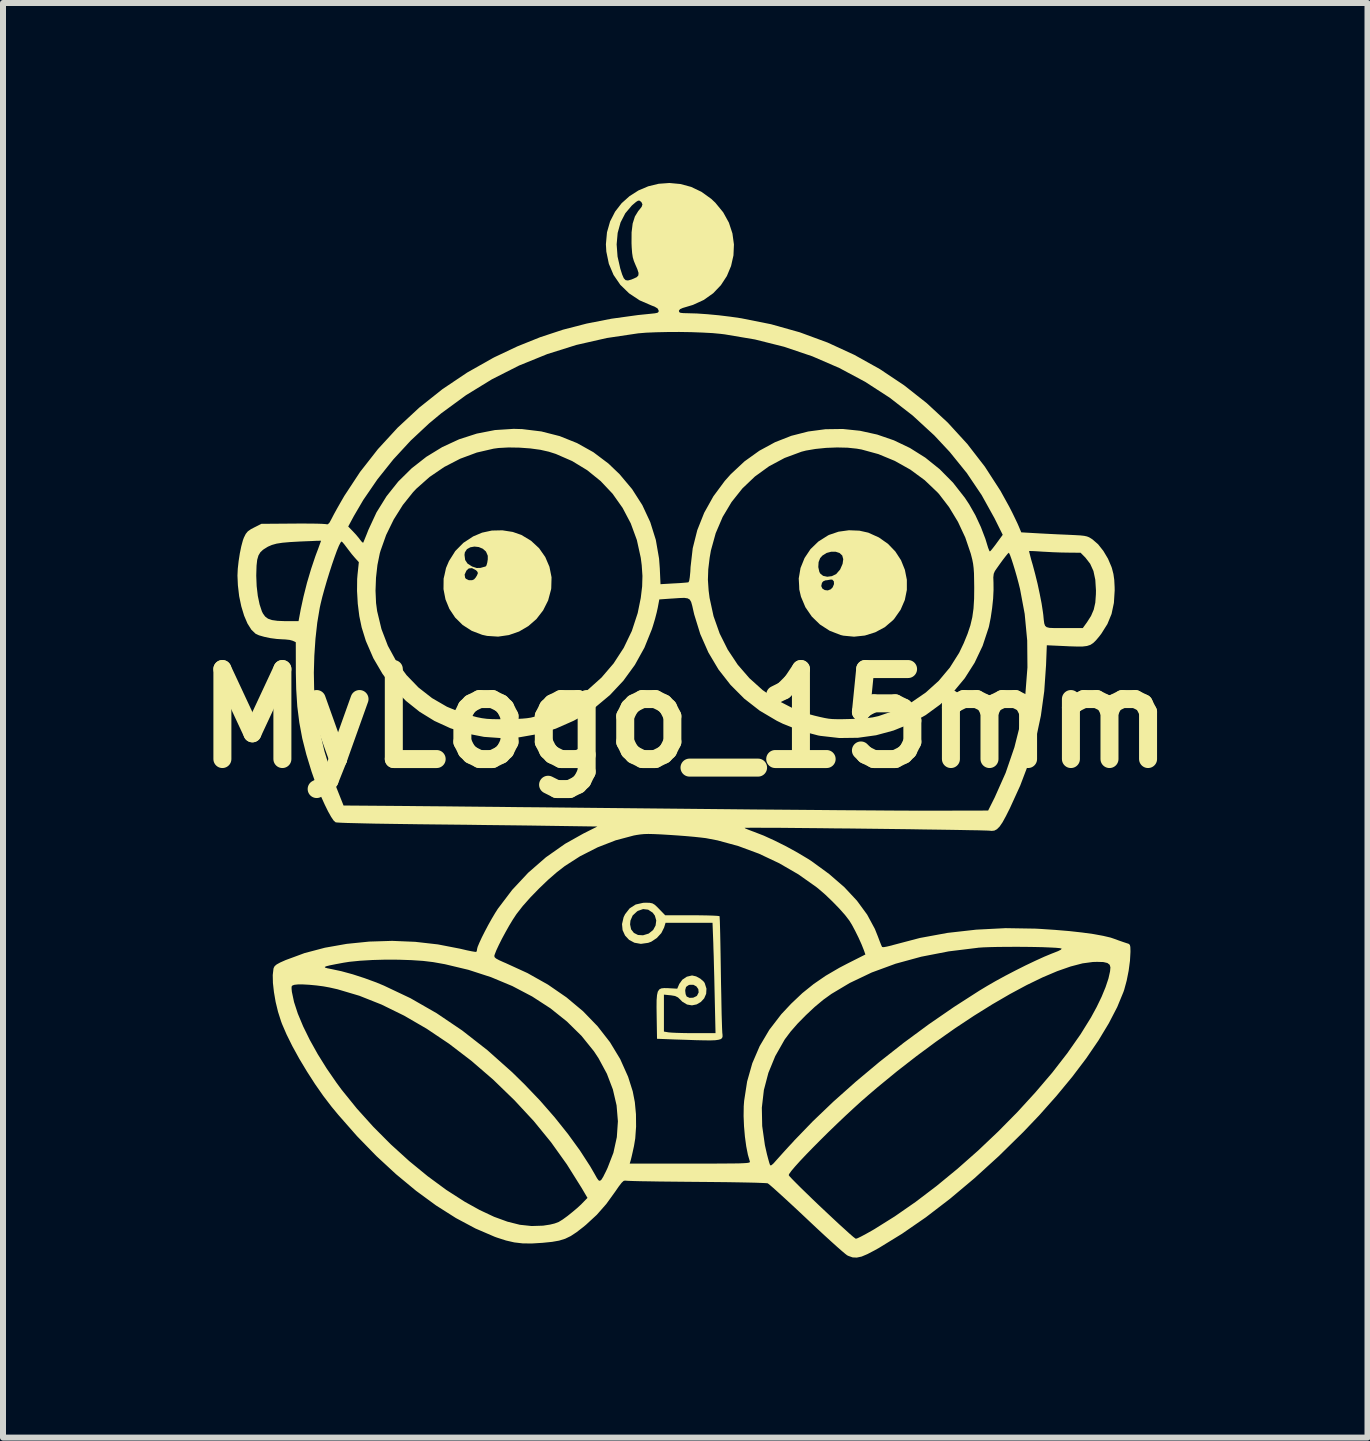
<source format=kicad_pcb>
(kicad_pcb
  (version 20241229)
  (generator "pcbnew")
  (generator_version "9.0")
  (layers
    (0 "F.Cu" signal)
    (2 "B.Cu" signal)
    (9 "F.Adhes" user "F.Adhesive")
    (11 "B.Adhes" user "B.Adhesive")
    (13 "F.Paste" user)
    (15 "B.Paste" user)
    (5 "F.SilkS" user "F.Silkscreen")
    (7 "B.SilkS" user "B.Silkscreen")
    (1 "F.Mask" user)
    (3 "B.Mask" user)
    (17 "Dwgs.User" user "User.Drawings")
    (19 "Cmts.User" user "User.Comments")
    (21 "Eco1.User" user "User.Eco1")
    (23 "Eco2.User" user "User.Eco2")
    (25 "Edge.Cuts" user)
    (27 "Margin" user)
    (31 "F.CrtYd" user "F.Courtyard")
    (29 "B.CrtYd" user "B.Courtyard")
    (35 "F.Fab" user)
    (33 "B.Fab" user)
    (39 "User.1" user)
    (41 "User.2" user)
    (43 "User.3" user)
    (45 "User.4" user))
  (footprint "MyLogo_15mm"
    (layer "F.Cu")
    (at 8.371 8.923)
    (property "Reference" "MyLogo_15mm" (at 0 0 0) (layer "F.SilkS") (effects (font (size 1.5 1.5) (thickness 0.3))))
    (attr board_only exclude_from_pos_files exclude_from_bom)
    (fp_poly (pts (xy 2.903 -3.128) (xy 3.051 -3.095) (xy 3.228 -3.015) (xy 3.379 -2.909) (xy 3.502 -2.781) (xy 3.597 -2.635) (xy 3.661 -2.476) (xy 3.694 -2.31) (xy 3.694 -2.14) (xy 3.66 -1.972) (xy 3.59 -1.81) (xy 3.484 -1.659) (xy 3.462 -1.635) (xy 3.326 -1.519) (xy 3.167 -1.434) (xy 2.994 -1.38) (xy 2.814 -1.361) (xy 2.636 -1.378) (xy 2.59 -1.389) (xy 2.407 -1.46) (xy 2.246 -1.564) (xy 2.11 -1.696) (xy 2.003 -1.852) (xy 1.929 -2.028) (xy 1.901 -2.148) (xy 1.899 -2.205) (xy 2.267 -2.205) (xy 2.286 -2.163) (xy 2.326 -2.138) (xy 2.376 -2.132) (xy 2.426 -2.151) (xy 2.458 -2.184) (xy 2.48 -2.238) (xy 2.477 -2.284) (xy 2.451 -2.312) (xy 2.418 -2.312) (xy 2.364 -2.302) (xy 2.337 -2.3) (xy 2.299 -2.283) (xy 2.279 -2.258) (xy 2.267 -2.205) (xy 1.899 -2.205) (xy 1.892 -2.331) (xy 1.922 -2.507) (xy 1.928 -2.521) (xy 2.218 -2.521) (xy 2.235 -2.443) (xy 2.25 -2.414) (xy 2.298 -2.375) (xy 2.367 -2.36) (xy 2.444 -2.37) (xy 2.515 -2.404) (xy 2.519 -2.408) (xy 2.582 -2.481) (xy 2.623 -2.575) (xy 2.634 -2.653) (xy 2.617 -2.714) (xy 2.572 -2.756) (xy 2.507 -2.777) (xy 2.433 -2.777) (xy 2.357 -2.757) (xy 2.288 -2.714) (xy 2.249 -2.671) (xy 2.223 -2.604) (xy 2.218 -2.521) (xy 1.928 -2.521) (xy 1.989 -2.672) (xy 2.088 -2.82) (xy 2.219 -2.947) (xy 2.377 -3.047) (xy 2.396 -3.057) (xy 2.555 -3.111) (xy 2.729 -3.135)) (stroke (width 0) (type solid)) (fill yes) (layer "F.SilkS"))
    (fp_poly (pts (xy -2.875 -3.107) (xy -2.731 -3.057) (xy -2.57 -2.96) (xy -2.436 -2.836) (xy -2.333 -2.689) (xy -2.263 -2.526) (xy -2.228 -2.351) (xy -2.233 -2.169) (xy -2.236 -2.148) (xy -2.285 -1.965) (xy -2.368 -1.8) (xy -2.479 -1.656) (xy -2.614 -1.538) (xy -2.769 -1.447) (xy -2.939 -1.388) (xy -3.118 -1.362) (xy -3.302 -1.374) (xy -3.384 -1.392) (xy -3.559 -1.459) (xy -3.71 -1.556) (xy -3.835 -1.68) (xy -3.931 -1.824) (xy -3.996 -1.983) (xy -4.029 -2.153) (xy -4.027 -2.329) (xy -4.011 -2.396) (xy -3.677 -2.396) (xy -3.668 -2.342) (xy -3.654 -2.325) (xy -3.608 -2.303) (xy -3.551 -2.303) (xy -3.52 -2.316) (xy -3.494 -2.345) (xy -3.471 -2.382) (xy -3.455 -2.422) (xy -3.469 -2.451) (xy -3.491 -2.471) (xy -3.554 -2.504) (xy -3.609 -2.498) (xy -3.647 -2.462) (xy -3.677 -2.396) (xy -4.011 -2.396) (xy -3.987 -2.506) (xy -3.938 -2.621) (xy -3.873 -2.724) (xy -3.679 -2.724) (xy -3.668 -2.639) (xy -3.628 -2.579) (xy -3.554 -2.532) (xy -3.55 -2.53) (xy -3.477 -2.506) (xy -3.416 -2.507) (xy -3.4 -2.511) (xy -3.354 -2.524) (xy -3.329 -2.53) (xy -3.329 -2.53) (xy -3.313 -2.548) (xy -3.3 -2.593) (xy -3.291 -2.649) (xy -3.291 -2.702) (xy -3.292 -2.713) (xy -3.321 -2.78) (xy -3.374 -2.827) (xy -3.441 -2.855) (xy -3.513 -2.863) (xy -3.582 -2.851) (xy -3.638 -2.82) (xy -3.673 -2.767) (xy -3.679 -2.724) (xy -3.873 -2.724) (xy -3.833 -2.788) (xy -3.698 -2.925) (xy -3.535 -3.032) (xy -3.386 -3.095) (xy -3.223 -3.13) (xy -3.048 -3.134)) (stroke (width 0) (type solid)) (fill yes) (layer "F.SilkS"))
    (fp_poly (pts (xy -0.592 3.075) (xy -0.547 3.084) (xy -0.508 3.107) (xy -0.461 3.151) (xy -0.435 3.178) (xy -0.334 3.282) (xy 0.114 3.282) (xy 0.246 3.283) (xy 0.364 3.285) (xy 0.461 3.288) (xy 0.531 3.292) (xy 0.568 3.296) (xy 0.572 3.298) (xy 0.574 3.321) (xy 0.577 3.382) (xy 0.58 3.477) (xy 0.583 3.6) (xy 0.586 3.747) (xy 0.589 3.915) (xy 0.592 4.099) (xy 0.594 4.233) (xy 0.597 4.429) (xy 0.601 4.614) (xy 0.604 4.785) (xy 0.607 4.935) (xy 0.611 5.061) (xy 0.614 5.158) (xy 0.617 5.221) (xy 0.618 5.241) (xy 0.622 5.277) (xy 0.622 5.306) (xy 0.614 5.328) (xy 0.594 5.346) (xy 0.557 5.357) (xy 0.502 5.365) (xy 0.422 5.368) (xy 0.316 5.367) (xy 0.178 5.364) (xy 0.006 5.358) (xy -0.157 5.353) (xy -0.47 5.341) (xy -0.476 4.967) (xy -0.478 4.814) (xy -0.477 4.697) (xy -0.47 4.612) (xy -0.457 4.555) (xy -0.448 4.542) (xy 0 4.542) (xy 0.007 4.598) (xy 0.024 4.636) (xy 0.025 4.637) (xy 0.073 4.659) (xy 0.134 4.656) (xy 0.188 4.63) (xy 0.197 4.622) (xy 0.224 4.568) (xy 0.218 4.513) (xy 0.186 4.468) (xy 0.136 4.441) (xy 0.075 4.441) (xy 0.054 4.448) (xy 0.014 4.477) (xy 0.001 4.524) (xy 0 4.542) (xy -0.448 4.542) (xy -0.433 4.519) (xy -0.399 4.501) (xy -0.351 4.496) (xy -0.287 4.497) (xy -0.274 4.498) (xy -0.133 4.506) (xy -0.099 4.427) (xy -0.049 4.357) (xy 0.027 4.306) (xy 0.112 4.286) (xy 0.116 4.286) (xy 0.182 4.301) (xy 0.252 4.339) (xy 0.309 4.389) (xy 0.325 4.413) (xy 0.354 4.505) (xy 0.349 4.591) (xy 0.316 4.667) (xy 0.261 4.727) (xy 0.191 4.768) (xy 0.112 4.784) (xy 0.03 4.77) (xy -0.047 4.724) (xy -0.073 4.698) (xy -0.12 4.652) (xy -0.169 4.628) (xy -0.24 4.616) (xy -0.246 4.616) (xy -0.355 4.605) (xy -0.355 4.913) (xy -0.355 5.221) (xy -0.277 5.234) (xy -0.23 5.238) (xy -0.15 5.242) (xy -0.046 5.245) (xy 0.073 5.247) (xy 0.153 5.247) (xy 0.505 5.247) (xy 0.492 4.667) (xy 0.488 4.492) (xy 0.484 4.311) (xy 0.479 4.132) (xy 0.475 3.967) (xy 0.47 3.827) (xy 0.468 3.747) (xy 0.455 3.408) (xy 0.064 3.408) (xy -0.328 3.408) (xy -0.352 3.487) (xy -0.398 3.579) (xy -0.474 3.662) (xy -0.566 3.723) (xy -0.618 3.742) (xy -0.739 3.759) (xy -0.847 3.74) (xy -0.936 3.692) (xy -1.003 3.62) (xy -1.044 3.53) (xy -1.053 3.435) (xy -0.919 3.435) (xy -0.902 3.517) (xy -0.856 3.576) (xy -0.787 3.611) (xy -0.703 3.616) (xy -0.611 3.588) (xy -0.606 3.585) (xy -0.535 3.528) (xy -0.494 3.453) (xy -0.483 3.369) (xy -0.506 3.288) (xy -0.542 3.239) (xy -0.618 3.189) (xy -0.702 3.179) (xy -0.789 3.209) (xy -0.803 3.218) (xy -0.876 3.286) (xy -0.913 3.371) (xy -0.919 3.435) (xy -1.053 3.435) (xy -1.053 3.427) (xy -1.027 3.315) (xy -1.002 3.264) (xy -0.926 3.167) (xy -0.826 3.103) (xy -0.702 3.075) (xy -0.658 3.073)) (stroke (width 0) (type solid)) (fill yes) (layer "F.SilkS"))
    (fp_poly (pts (xy -0.081 -8.906) (xy 0.098 -8.858) (xy 0.27 -8.776) (xy 0.433 -8.659) (xy 0.502 -8.594) (xy 0.633 -8.434) (xy 0.728 -8.262) (xy 0.787 -8.082) (xy 0.812 -7.898) (xy 0.804 -7.716) (xy 0.764 -7.539) (xy 0.694 -7.372) (xy 0.594 -7.219) (xy 0.466 -7.085) (xy 0.31 -6.974) (xy 0.129 -6.891) (xy 0.039 -6.864) (xy -0.041 -6.84) (xy -0.086 -6.82) (xy -0.104 -6.797) (xy -0.105 -6.79) (xy -0.099 -6.77) (xy -0.078 -6.759) (xy -0.032 -6.754) (xy 0.047 -6.752) (xy 0.193 -6.748) (xy 0.367 -6.736) (xy 0.559 -6.718) (xy 0.757 -6.694) (xy 0.935 -6.668) (xy 1.43 -6.569) (xy 1.91 -6.434) (xy 2.374 -6.263) (xy 2.819 -6.058) (xy 3.244 -5.821) (xy 3.647 -5.552) (xy 4.025 -5.254) (xy 4.377 -4.928) (xy 4.701 -4.574) (xy 4.994 -4.195) (xy 5.254 -3.793) (xy 5.402 -3.525) (xy 5.452 -3.427) (xy 5.499 -3.33) (xy 5.538 -3.248) (xy 5.556 -3.207) (xy 5.601 -3.1) (xy 5.827 -3.087) (xy 5.934 -3.081) (xy 6.067 -3.074) (xy 6.211 -3.067) (xy 6.349 -3.061) (xy 6.373 -3.06) (xy 6.496 -3.054) (xy 6.585 -3.049) (xy 6.649 -3.042) (xy 6.695 -3.032) (xy 6.731 -3.018) (xy 6.766 -2.997) (xy 6.79 -2.981) (xy 6.882 -2.901) (xy 6.969 -2.791) (xy 7.046 -2.662) (xy 7.104 -2.526) (xy 7.112 -2.503) (xy 7.137 -2.406) (xy 7.151 -2.308) (xy 7.157 -2.191) (xy 7.158 -2.132) (xy 7.145 -1.924) (xy 7.106 -1.74) (xy 7.037 -1.572) (xy 6.935 -1.41) (xy 6.899 -1.363) (xy 6.847 -1.301) (xy 6.801 -1.256) (xy 6.754 -1.225) (xy 6.696 -1.206) (xy 6.622 -1.197) (xy 6.523 -1.197) (xy 6.391 -1.201) (xy 6.356 -1.203) (xy 6.027 -1.218) (xy 6.014 -0.886) (xy 5.984 -0.452) (xy 5.928 -0.044) (xy 5.844 0.349) (xy 5.73 0.735) (xy 5.583 1.122) (xy 5.411 1.499) (xy 5.343 1.634) (xy 5.288 1.734) (xy 5.24 1.804) (xy 5.196 1.848) (xy 5.153 1.871) (xy 5.107 1.876) (xy 5.077 1.873) (xy 5.046 1.871) (xy 4.978 1.869) (xy 4.876 1.866) (xy 4.742 1.864) (xy 4.582 1.861) (xy 4.398 1.858) (xy 4.194 1.855) (xy 3.973 1.852) (xy 3.739 1.848) (xy 3.495 1.845) (xy 3.245 1.842) (xy 2.991 1.839) (xy 2.739 1.836) (xy 2.49 1.834) (xy 2.249 1.831) (xy 2.019 1.829) (xy 1.803 1.827) (xy 1.605 1.825) (xy 1.429 1.824) (xy 1.278 1.824) (xy 1.155 1.823) (xy 1.063 1.824) (xy 1.007 1.824) (xy 0.99 1.825) (xy 1.004 1.836) (xy 1.049 1.855) (xy 1.117 1.881) (xy 1.144 1.891) (xy 1.307 1.954) (xy 1.491 2.038) (xy 1.683 2.134) (xy 1.872 2.238) (xy 2.046 2.342) (xy 2.105 2.38) (xy 2.398 2.594) (xy 2.651 2.813) (xy 2.862 3.039) (xy 3.032 3.271) (xy 3.161 3.51) (xy 3.211 3.635) (xy 3.24 3.712) (xy 3.264 3.773) (xy 3.28 3.808) (xy 3.283 3.811) (xy 3.308 3.814) (xy 3.363 3.804) (xy 3.438 3.786) (xy 3.473 3.776) (xy 3.91 3.661) (xy 4.372 3.576) (xy 4.851 3.522) (xy 5.34 3.497) (xy 5.833 3.505) (xy 5.91 3.509) (xy 6.165 3.526) (xy 6.403 3.546) (xy 6.618 3.57) (xy 6.807 3.596) (xy 6.965 3.625) (xy 7.089 3.654) (xy 7.145 3.673) (xy 7.227 3.703) (xy 7.302 3.729) (xy 7.353 3.746) (xy 7.391 3.758) (xy 7.411 3.776) (xy 7.419 3.81) (xy 7.421 3.872) (xy 7.421 3.895) (xy 7.413 4.04) (xy 7.391 4.206) (xy 7.358 4.372) (xy 7.317 4.523) (xy 7.304 4.561) (xy 7.2 4.813) (xy 7.06 5.083) (xy 6.888 5.368) (xy 6.684 5.667) (xy 6.45 5.976) (xy 6.188 6.293) (xy 5.901 6.616) (xy 5.634 6.896) (xy 5.227 7.296) (xy 4.819 7.667) (xy 4.413 8.008) (xy 4.01 8.317) (xy 3.615 8.59) (xy 3.229 8.827) (xy 3.159 8.866) (xy 3.037 8.93) (xy 2.94 8.971) (xy 2.86 8.988) (xy 2.79 8.985) (xy 2.722 8.961) (xy 2.699 8.95) (xy 2.669 8.927) (xy 2.612 8.879) (xy 2.532 8.809) (xy 2.433 8.72) (xy 2.319 8.616) (xy 2.193 8.499) (xy 2.059 8.373) (xy 2.023 8.339) (xy 1.889 8.213) (xy 1.763 8.096) (xy 1.648 7.99) (xy 1.549 7.9) (xy 1.469 7.828) (xy 1.411 7.778) (xy 1.378 7.752) (xy 1.374 7.75) (xy 1.345 7.747) (xy 1.279 7.744) (xy 1.179 7.74) (xy 1.049 7.737) (xy 0.893 7.734) (xy 0.714 7.731) (xy 0.518 7.729) (xy 0.308 7.727) (xy 0.179 7.726) (xy -0.037 7.724) (xy -0.241 7.722) (xy -0.429 7.72) (xy -0.598 7.717) (xy -0.742 7.715) (xy -0.859 7.712) (xy -0.944 7.709) (xy -0.993 7.706) (xy -1.004 7.705) (xy -1.027 7.71) (xy -1.06 7.741) (xy -1.107 7.802) (xy -1.165 7.886) (xy -1.315 8.094) (xy -1.474 8.275) (xy -1.654 8.441) (xy -1.7 8.479) (xy -1.811 8.565) (xy -1.908 8.629) (xy -2.001 8.674) (xy -2.101 8.705) (xy -2.22 8.726) (xy -2.369 8.741) (xy -2.38 8.742) (xy -2.559 8.753) (xy -2.711 8.751) (xy -2.849 8.735) (xy -2.988 8.703) (xy -3.14 8.654) (xy -3.178 8.64) (xy -3.496 8.503) (xy -3.822 8.329) (xy -4.153 8.119) (xy -4.486 7.875) (xy -4.819 7.599) (xy -5.148 7.295) (xy -5.47 6.964) (xy -5.783 6.608) (xy -5.894 6.474) (xy -6.031 6.295) (xy -6.17 6.096) (xy -6.305 5.886) (xy -6.433 5.673) (xy -6.548 5.464) (xy -6.645 5.268) (xy -6.721 5.092) (xy -6.737 5.048) (xy -6.787 4.891) (xy -6.827 4.726) (xy -6.855 4.563) (xy -6.861 4.51) (xy -6.561 4.51) (xy -6.556 4.559) (xy -6.52 4.729) (xy -6.457 4.922) (xy -6.368 5.135) (xy -6.257 5.361) (xy -6.126 5.596) (xy -5.977 5.835) (xy -5.813 6.073) (xy -5.726 6.191) (xy -5.473 6.504) (xy -5.198 6.809) (xy -4.906 7.102) (xy -4.602 7.378) (xy -4.292 7.632) (xy -3.982 7.86) (xy -3.675 8.057) (xy -3.428 8.194) (xy -3.186 8.308) (xy -2.964 8.389) (xy -2.757 8.441) (xy -2.561 8.462) (xy -2.37 8.456) (xy -2.253 8.438) (xy -2.175 8.419) (xy -2.109 8.394) (xy -2.042 8.353) (xy -1.961 8.294) (xy -1.879 8.228) (xy -1.797 8.159) (xy -1.731 8.098) (xy -1.719 8.085) (xy -1.629 7.993) (xy -1.726 7.828) (xy -1.973 7.434) (xy -2.236 7.066) (xy -2.524 6.713) (xy -2.846 6.366) (xy -2.85 6.362) (xy -3.203 6.02) (xy -3.566 5.707) (xy -3.936 5.424) (xy -4.31 5.173) (xy -4.686 4.955) (xy -5.061 4.771) (xy -5.431 4.624) (xy -5.795 4.516) (xy -5.928 4.486) (xy -6.032 4.467) (xy -6.147 4.452) (xy -6.263 4.441) (xy -6.369 4.435) (xy -6.456 4.435) (xy -6.512 4.441) (xy -6.512 4.441) (xy -6.546 4.452) (xy -6.561 4.471) (xy -6.561 4.51) (xy -6.861 4.51) (xy -6.872 4.411) (xy -6.875 4.279) (xy -6.863 4.174) (xy -6.859 4.16) (xy -6.85 4.144) (xy -6.008 4.144) (xy -6.003 4.154) (xy -5.968 4.165) (xy -5.908 4.177) (xy -5.893 4.18) (xy -5.73 4.215) (xy -5.543 4.266) (xy -5.346 4.33) (xy -5.149 4.402) (xy -5.024 4.454) (xy -4.579 4.665) (xy -4.143 4.915) (xy -3.717 5.203) (xy -3.297 5.531) (xy -2.884 5.899) (xy -2.676 6.103) (xy -2.42 6.371) (xy -2.178 6.648) (xy -1.955 6.927) (xy -1.756 7.201) (xy -1.585 7.465) (xy -1.504 7.605) (xy -1.471 7.664) (xy -1.445 7.7) (xy -1.422 7.709) (xy -1.397 7.69) (xy -1.365 7.638) (xy -1.353 7.613) (xy 1.725 7.613) (xy 1.739 7.633) (xy 1.781 7.678) (xy 1.845 7.743) (xy 1.927 7.825) (xy 2.023 7.918) (xy 2.129 8.021) (xy 2.241 8.128) (xy 2.355 8.235) (xy 2.466 8.339) (xy 2.57 8.436) (xy 2.664 8.521) (xy 2.742 8.592) (xy 2.801 8.643) (xy 2.837 8.67) (xy 2.845 8.674) (xy 2.873 8.665) (xy 2.931 8.637) (xy 3.01 8.595) (xy 3.103 8.543) (xy 3.153 8.514) (xy 3.493 8.301) (xy 3.84 8.06) (xy 4.19 7.794) (xy 4.539 7.507) (xy 4.882 7.204) (xy 5.215 6.888) (xy 5.535 6.564) (xy 5.836 6.235) (xy 6.116 5.907) (xy 6.368 5.582) (xy 6.59 5.265) (xy 6.763 4.986) (xy 6.858 4.811) (xy 6.94 4.641) (xy 7.006 4.481) (xy 7.054 4.337) (xy 7.081 4.217) (xy 7.087 4.151) (xy 7.075 4.108) (xy 7.037 4.078) (xy 6.969 4.062) (xy 6.866 4.059) (xy 6.794 4.061) (xy 6.622 4.084) (xy 6.423 4.136) (xy 6.2 4.214) (xy 5.955 4.318) (xy 5.691 4.446) (xy 5.412 4.596) (xy 5.118 4.767) (xy 4.813 4.957) (xy 4.499 5.165) (xy 4.179 5.39) (xy 3.856 5.629) (xy 3.532 5.881) (xy 3.209 6.146) (xy 3.06 6.273) (xy 2.937 6.38) (xy 2.805 6.5) (xy 2.668 6.627) (xy 2.528 6.76) (xy 2.389 6.894) (xy 2.255 7.027) (xy 2.129 7.154) (xy 2.014 7.272) (xy 1.913 7.379) (xy 1.831 7.47) (xy 1.77 7.542) (xy 1.734 7.592) (xy 1.725 7.613) (xy -1.353 7.613) (xy -1.323 7.554) (xy -1.294 7.492) (xy -1.197 7.241) (xy -1.14 6.981) (xy -1.122 6.717) (xy -1.144 6.451) (xy -1.206 6.185) (xy -1.306 5.923) (xy -1.444 5.667) (xy -1.521 5.55) (xy -1.729 5.292) (xy -1.972 5.053) (xy -2.247 4.833) (xy -2.551 4.636) (xy -2.882 4.462) (xy -3.237 4.314) (xy -3.612 4.192) (xy -4.005 4.098) (xy -4.202 4.063) (xy -4.368 4.043) (xy -4.563 4.03) (xy -4.776 4.023) (xy -4.997 4.022) (xy -5.214 4.028) (xy -5.418 4.04) (xy -5.598 4.058) (xy -5.694 4.073) (xy -5.828 4.098) (xy -5.923 4.117) (xy -5.983 4.132) (xy -6.008 4.144) (xy -6.85 4.144) (xy -6.844 4.131) (xy -6.81 4.102) (xy -6.75 4.069) (xy -6.66 4.029) (xy -6.47 3.959) (xy -3.182 3.959) (xy -3.177 3.981) (xy -3.153 4.003) (xy -3.102 4.031) (xy -3.02 4.068) (xy -3 4.076) (xy -2.629 4.246) (xy -2.288 4.438) (xy -1.979 4.651) (xy -1.703 4.882) (xy -1.461 5.132) (xy -1.254 5.398) (xy -1.084 5.679) (xy -0.952 5.974) (xy -0.875 6.217) (xy -0.84 6.396) (xy -0.821 6.598) (xy -0.819 6.805) (xy -0.833 7.002) (xy -0.854 7.129) (xy -0.874 7.22) (xy -0.892 7.3) (xy -0.906 7.357) (xy -0.911 7.374) (xy -0.925 7.421) (xy 0.083 7.421) (xy 0.315 7.421) (xy 0.508 7.421) (xy 0.666 7.42) (xy 0.792 7.419) (xy 0.891 7.418) (xy 0.964 7.415) (xy 1.016 7.412) (xy 1.05 7.408) (xy 1.07 7.402) (xy 1.078 7.396) (xy 1.078 7.388) (xy 1.077 7.385) (xy 1.045 7.275) (xy 1.017 7.134) (xy 0.995 6.972) (xy 0.98 6.8) (xy 0.973 6.629) (xy 0.975 6.49) (xy 1.277 6.49) (xy 1.283 6.796) (xy 1.328 7.114) (xy 1.362 7.264) (xy 1.383 7.344) (xy 1.401 7.408) (xy 1.414 7.446) (xy 1.416 7.45) (xy 1.436 7.449) (xy 1.469 7.421) (xy 1.48 7.409) (xy 1.51 7.375) (xy 1.563 7.316) (xy 1.633 7.238) (xy 1.716 7.147) (xy 1.807 7.049) (xy 1.816 7.038) (xy 2.126 6.717) (xy 2.47 6.388) (xy 2.842 6.057) (xy 3.235 5.728) (xy 3.643 5.407) (xy 4.061 5.099) (xy 4.482 4.809) (xy 4.899 4.541) (xy 5.028 4.463) (xy 5.17 4.381) (xy 5.331 4.293) (xy 5.502 4.204) (xy 5.673 4.118) (xy 5.837 4.04) (xy 5.984 3.973) (xy 6.107 3.922) (xy 6.133 3.912) (xy 6.214 3.88) (xy 6.263 3.855) (xy 6.274 3.839) (xy 6.272 3.837) (xy 6.241 3.83) (xy 6.173 3.824) (xy 6.076 3.819) (xy 5.956 3.814) (xy 5.818 3.811) (xy 5.669 3.809) (xy 5.515 3.808) (xy 5.362 3.809) (xy 5.217 3.81) (xy 5.084 3.813) (xy 4.971 3.817) (xy 4.883 3.823) (xy 4.88 3.824) (xy 4.392 3.884) (xy 3.934 3.973) (xy 3.506 4.09) (xy 3.109 4.236) (xy 2.742 4.411) (xy 2.437 4.593) (xy 2.301 4.691) (xy 2.156 4.812) (xy 2.012 4.947) (xy 1.875 5.086) (xy 1.756 5.222) (xy 1.663 5.346) (xy 1.655 5.358) (xy 1.5 5.631) (xy 1.386 5.909) (xy 1.311 6.195) (xy 1.277 6.49) (xy 0.975 6.49) (xy 0.975 6.469) (xy 0.982 6.375) (xy 1.032 6.052) (xy 1.118 5.749) (xy 1.241 5.463) (xy 1.402 5.191) (xy 1.601 4.932) (xy 1.766 4.756) (xy 1.952 4.58) (xy 2.141 4.428) (xy 2.342 4.29) (xy 2.568 4.158) (xy 2.698 4.09) (xy 3.003 3.936) (xy 2.978 3.865) (xy 2.939 3.767) (xy 2.888 3.654) (xy 2.832 3.541) (xy 2.778 3.44) (xy 2.736 3.372) (xy 2.663 3.277) (xy 2.565 3.167) (xy 2.452 3.051) (xy 2.333 2.937) (xy 2.217 2.837) (xy 2.184 2.811) (xy 1.887 2.601) (xy 1.566 2.415) (xy 1.229 2.256) (xy 0.883 2.128) (xy 0.538 2.034) (xy 0.345 1.997) (xy 0.263 1.987) (xy 0.15 1.975) (xy 0.016 1.963) (xy -0.128 1.952) (xy -0.262 1.943) (xy -0.411 1.934) (xy -0.525 1.929) (xy -0.614 1.927) (xy -0.686 1.929) (xy -0.749 1.935) (xy -0.81 1.944) (xy -0.858 1.953) (xy -1.159 2.033) (xy -1.46 2.15) (xy -1.753 2.299) (xy -2.007 2.462) (xy -2.14 2.565) (xy -2.286 2.692) (xy -2.435 2.835) (xy -2.579 2.983) (xy -2.707 3.127) (xy -2.81 3.259) (xy -2.819 3.272) (xy -2.873 3.354) (xy -2.933 3.453) (xy -2.995 3.563) (xy -3.055 3.674) (xy -3.107 3.778) (xy -3.149 3.868) (xy -3.175 3.935) (xy -3.182 3.959) (xy -6.47 3.959) (xy -6.346 3.913) (xy -6.005 3.823) (xy -5.643 3.759) (xy -5.267 3.721) (xy -4.884 3.709) (xy -4.5 3.725) (xy -4.122 3.768) (xy -3.756 3.839) (xy -3.73 3.845) (xy -3.636 3.867) (xy -3.558 3.883) (xy -3.503 3.892) (xy -3.481 3.892) (xy -3.471 3.864) (xy -3.47 3.848) (xy -3.46 3.809) (xy -3.432 3.742) (xy -3.391 3.653) (xy -3.34 3.552) (xy -3.283 3.444) (xy -3.224 3.339) (xy -3.167 3.243) (xy -3.123 3.174) (xy -2.885 2.86) (xy -2.617 2.573) (xy -2.322 2.316) (xy -2.002 2.091) (xy -1.699 1.921) (xy -1.464 1.803) (xy -2.368 1.79) (xy -2.568 1.787) (xy -2.802 1.784) (xy -3.062 1.781) (xy -3.339 1.778) (xy -3.626 1.774) (xy -3.914 1.771) (xy -4.196 1.768) (xy -4.463 1.765) (xy -4.526 1.764) (xy -4.752 1.761) (xy -4.967 1.758) (xy -5.167 1.755) (xy -5.347 1.751) (xy -5.504 1.747) (xy -5.635 1.744) (xy -5.735 1.74) (xy -5.8 1.736) (xy -5.827 1.733) (xy -5.86 1.704) (xy -5.902 1.642) (xy -5.953 1.551) (xy -6.009 1.437) (xy -6.068 1.307) (xy -6.127 1.164) (xy -6.183 1.017) (xy -6.228 0.888) (xy -6.315 0.603) (xy -6.383 0.334) (xy -6.432 0.071) (xy -6.466 -0.199) (xy -6.484 -0.486) (xy -6.49 -0.762) (xy -6.19 -0.762) (xy -6.185 -0.494) (xy -6.168 -0.252) (xy -6.167 -0.24) (xy -6.107 0.149) (xy -6.013 0.55) (xy -5.889 0.951) (xy -5.807 1.171) (xy -5.695 1.453) (xy -4.902 1.459) (xy -4.794 1.46) (xy -4.647 1.461) (xy -4.464 1.463) (xy -4.247 1.465) (xy -4 1.467) (xy -3.725 1.47) (xy -3.424 1.473) (xy -3.102 1.476) (xy -2.759 1.48) (xy -2.4 1.483) (xy -2.027 1.487) (xy -1.642 1.491) (xy -1.249 1.495) (xy -0.85 1.499) (xy -0.449 1.503) (xy -0.045 1.507) (xy 0.358 1.511) (xy 0.756 1.515) (xy 1.147 1.519) (xy 1.527 1.522) (xy 1.895 1.525) (xy 2.246 1.528) (xy 2.579 1.531) (xy 2.89 1.533) (xy 3.176 1.535) (xy 3.434 1.537) (xy 3.663 1.538) (xy 3.857 1.539) (xy 4.016 1.539) (xy 4.129 1.539) (xy 5.049 1.537) (xy 5.159 1.317) (xy 5.341 0.908) (xy 5.487 0.482) (xy 5.597 0.045) (xy 5.669 -0.4) (xy 5.704 -0.849) (xy 5.7 -1.297) (xy 5.658 -1.741) (xy 5.581 -2.153) (xy 5.556 -2.254) (xy 5.527 -2.362) (xy 5.496 -2.47) (xy 5.465 -2.571) (xy 5.437 -2.657) (xy 5.414 -2.721) (xy 5.397 -2.756) (xy 5.393 -2.76) (xy 5.375 -2.744) (xy 5.34 -2.701) (xy 5.293 -2.64) (xy 5.24 -2.567) (xy 5.187 -2.492) (xy 5.161 -2.454) (xy 5.142 -2.41) (xy 5.135 -2.35) (xy 5.138 -2.262) (xy 5.139 -2.141) (xy 5.132 -1.994) (xy 5.115 -1.835) (xy 5.092 -1.679) (xy 5.064 -1.538) (xy 5.057 -1.511) (xy 4.957 -1.208) (xy 4.823 -0.926) (xy 4.659 -0.668) (xy 4.466 -0.436) (xy 4.249 -0.23) (xy 4.008 -0.054) (xy 3.749 0.091) (xy 3.472 0.203) (xy 3.181 0.282) (xy 2.879 0.324) (xy 2.569 0.328) (xy 2.253 0.292) (xy 2.214 0.285) (xy 1.923 0.208) (xy 1.629 0.091) (xy 1.527 0.041) (xy 1.241 -0.128) (xy 0.983 -0.329) (xy 0.754 -0.559) (xy 0.554 -0.815) (xy 0.386 -1.098) (xy 0.251 -1.404) (xy 0.15 -1.731) (xy 0.137 -1.787) (xy 0.117 -1.876) (xy 0.099 -1.939) (xy 0.076 -1.979) (xy 0.04 -2) (xy -0.016 -2.008) (xy -0.098 -2.005) (xy -0.215 -1.997) (xy -0.221 -1.997) (xy -0.432 -1.982) (xy -0.458 -1.843) (xy -0.476 -1.762) (xy -0.503 -1.658) (xy -0.536 -1.547) (xy -0.556 -1.485) (xy -0.68 -1.178) (xy -0.839 -0.891) (xy -1.031 -0.627) (xy -1.254 -0.389) (xy -1.505 -0.179) (xy -1.781 -0.002) (xy -1.861 0.041) (xy -2.158 0.172) (xy -2.458 0.262) (xy -2.759 0.315) (xy -3.058 0.33) (xy -3.353 0.309) (xy -3.64 0.253) (xy -3.916 0.164) (xy -4.18 0.043) (xy -4.427 -0.109) (xy -4.655 -0.291) (xy -4.862 -0.501) (xy -5.044 -0.739) (xy -5.198 -1.002) (xy -5.323 -1.29) (xy -5.393 -1.516) (xy -5.432 -1.703) (xy -5.458 -1.911) (xy -5.47 -2.123) (xy -5.47 -2.127) (xy -5.162 -2.127) (xy -5.153 -1.921) (xy -5.135 -1.787) (xy -5.063 -1.488) (xy -4.956 -1.209) (xy -4.816 -0.952) (xy -4.645 -0.72) (xy -4.446 -0.514) (xy -4.221 -0.338) (xy -3.971 -0.193) (xy -3.699 -0.081) (xy -3.47 -0.019) (xy -3.389 -0.003) (xy -3.307 0.008) (xy -3.216 0.013) (xy -3.104 0.015) (xy -2.961 0.013) (xy -2.948 0.013) (xy -2.816 0.01) (xy -2.716 0.005) (xy -2.638 -0.002) (xy -2.573 -0.012) (xy -2.51 -0.028) (xy -2.44 -0.05) (xy -2.415 -0.058) (xy -2.261 -0.112) (xy -2.137 -0.162) (xy -2.03 -0.211) (xy -1.928 -0.266) (xy -1.893 -0.287) (xy -1.63 -0.469) (xy -1.396 -0.679) (xy -1.194 -0.915) (xy -1.025 -1.175) (xy -0.89 -1.456) (xy -0.792 -1.755) (xy -0.741 -2.007) (xy -0.718 -2.199) (xy -0.713 -2.373) (xy -0.725 -2.552) (xy -0.741 -2.676) (xy -0.806 -2.972) (xy -0.908 -3.25) (xy -1.044 -3.508) (xy -1.211 -3.744) (xy -1.409 -3.954) (xy -1.634 -4.136) (xy -1.884 -4.288) (xy -2.157 -4.407) (xy -2.273 -4.444) (xy -2.414 -4.476) (xy -2.583 -4.499) (xy -2.764 -4.512) (xy -2.946 -4.515) (xy -3.112 -4.506) (xy -3.193 -4.495) (xy -3.474 -4.43) (xy -3.751 -4.327) (xy -4.016 -4.19) (xy -4.261 -4.023) (xy -4.479 -3.83) (xy -4.536 -3.77) (xy -4.707 -3.556) (xy -4.859 -3.314) (xy -4.985 -3.056) (xy -5.078 -2.794) (xy -5.091 -2.749) (xy -5.13 -2.557) (xy -5.154 -2.344) (xy -5.162 -2.127) (xy -5.47 -2.127) (xy -5.468 -2.321) (xy -5.462 -2.394) (xy -5.44 -2.603) (xy -5.506 -2.676) (xy -5.558 -2.737) (xy -5.615 -2.811) (xy -5.643 -2.848) (xy -5.684 -2.902) (xy -5.715 -2.938) (xy -5.729 -2.948) (xy -5.746 -2.928) (xy -5.773 -2.875) (xy -5.807 -2.792) (xy -5.845 -2.687) (xy -5.887 -2.565) (xy -5.93 -2.432) (xy -5.973 -2.293) (xy -6.013 -2.155) (xy -6.049 -2.024) (xy -6.078 -1.905) (xy -6.092 -1.84) (xy -6.133 -1.595) (xy -6.163 -1.325) (xy -6.182 -1.043) (xy -6.19 -0.762) (xy -6.49 -0.762) (xy -6.49 -0.796) (xy -6.491 -1.269) (xy -6.542 -1.293) (xy -6.592 -1.307) (xy -6.664 -1.315) (xy -6.71 -1.317) (xy -6.807 -1.323) (xy -6.914 -1.337) (xy -7.018 -1.359) (xy -7.105 -1.384) (xy -7.161 -1.41) (xy -7.231 -1.477) (xy -7.296 -1.58) (xy -7.352 -1.711) (xy -7.399 -1.866) (xy -7.435 -2.037) (xy -7.456 -2.218) (xy -7.463 -2.377) (xy -7.15 -2.377) (xy -7.143 -2.204) (xy -7.124 -2.041) (xy -7.094 -1.898) (xy -7.056 -1.783) (xy -7.038 -1.747) (xy -7.002 -1.697) (xy -6.954 -1.661) (xy -6.887 -1.638) (xy -6.795 -1.625) (xy -6.669 -1.62) (xy -6.636 -1.62) (xy -6.445 -1.62) (xy -6.408 -1.819) (xy -6.362 -2.03) (xy -6.304 -2.26) (xy -6.236 -2.489) (xy -6.166 -2.698) (xy -6.151 -2.739) (xy -6.118 -2.826) (xy -6.092 -2.898) (xy -6.075 -2.945) (xy -6.07 -2.96) (xy -6.091 -2.96) (xy -6.147 -2.959) (xy -6.23 -2.955) (xy -6.335 -2.951) (xy -6.428 -2.947) (xy -6.587 -2.938) (xy -6.712 -2.927) (xy -6.81 -2.912) (xy -6.889 -2.89) (xy -6.956 -2.861) (xy -7.019 -2.822) (xy -7.039 -2.808) (xy -7.082 -2.767) (xy -7.113 -2.715) (xy -7.134 -2.644) (xy -7.145 -2.546) (xy -7.149 -2.416) (xy -7.15 -2.377) (xy -7.463 -2.377) (xy -7.463 -2.383) (xy -7.458 -2.492) (xy -7.444 -2.618) (xy -7.424 -2.748) (xy -7.399 -2.869) (xy -7.372 -2.969) (xy -7.356 -3.012) (xy -7.325 -3.074) (xy -7.29 -3.117) (xy -7.237 -3.154) (xy -7.187 -3.18) (xy -7.153 -3.197) (xy -5.617 -3.197) (xy -5.541 -3.119) (xy -5.486 -3.06) (xy -5.436 -3) (xy -5.421 -2.979) (xy -5.39 -2.941) (xy -5.37 -2.926) (xy -5.368 -2.927) (xy -5.358 -2.949) (xy -5.336 -3.003) (xy -5.306 -3.077) (xy -5.281 -3.141) (xy -5.146 -3.432) (xy -4.979 -3.701) (xy -4.783 -3.947) (xy -4.56 -4.167) (xy -4.315 -4.359) (xy -4.05 -4.521) (xy -3.769 -4.651) (xy -3.474 -4.746) (xy -3.171 -4.805) (xy -2.86 -4.825) (xy -2.718 -4.821) (xy -2.398 -4.782) (xy -2.092 -4.704) (xy -1.803 -4.588) (xy -1.531 -4.436) (xy -1.28 -4.247) (xy -1.094 -4.069) (xy -0.885 -3.82) (xy -0.715 -3.554) (xy -0.583 -3.271) (xy -0.49 -2.974) (xy -0.436 -2.663) (xy -0.424 -2.503) (xy -0.412 -2.236) (xy -0.19 -2.249) (xy -0.097 -2.254) (xy -0.018 -2.26) (xy 0.036 -2.265) (xy 0.054 -2.268) (xy 0.066 -2.292) (xy 0.069 -2.31) (xy 0.378 -2.31) (xy 0.39 -2.131) (xy 0.406 -2.007) (xy 0.472 -1.703) (xy 0.574 -1.414) (xy 0.709 -1.144) (xy 0.875 -0.894) (xy 1.07 -0.669) (xy 1.29 -0.471) (xy 1.534 -0.302) (xy 1.798 -0.166) (xy 2.08 -0.065) (xy 2.157 -0.044) (xy 2.254 -0.021) (xy 2.328 -0.005) (xy 2.392 0.006) (xy 2.455 0.012) (xy 2.529 0.014) (xy 2.623 0.014) (xy 2.748 0.011) (xy 2.749 0.011) (xy 2.902 0.006) (xy 3.024 -0.003) (xy 3.125 -0.016) (xy 3.215 -0.036) (xy 3.223 -0.038) (xy 3.506 -0.135) (xy 3.77 -0.266) (xy 4.01 -0.431) (xy 4.225 -0.625) (xy 4.411 -0.847) (xy 4.566 -1.093) (xy 4.642 -1.252) (xy 4.706 -1.409) (xy 4.753 -1.55) (xy 4.785 -1.686) (xy 4.805 -1.83) (xy 4.815 -1.992) (xy 4.817 -2.174) (xy 4.815 -2.313) (xy 4.813 -2.42) (xy 4.807 -2.505) (xy 4.798 -2.578) (xy 4.784 -2.649) (xy 4.764 -2.727) (xy 4.758 -2.749) (xy 4.668 -3.014) (xy 4.546 -3.275) (xy 4.397 -3.521) (xy 4.229 -3.74) (xy 4.201 -3.77) (xy 3.991 -3.97) (xy 3.753 -4.145) (xy 3.493 -4.291) (xy 3.22 -4.404) (xy 2.939 -4.481) (xy 2.859 -4.495) (xy 2.706 -4.511) (xy 2.531 -4.515) (xy 2.348 -4.508) (xy 2.17 -4.49) (xy 2.012 -4.463) (xy 1.938 -4.444) (xy 1.657 -4.34) (xy 1.397 -4.201) (xy 1.162 -4.031) (xy 0.953 -3.832) (xy 0.773 -3.606) (xy 0.624 -3.357) (xy 0.508 -3.086) (xy 0.428 -2.797) (xy 0.407 -2.676) (xy 0.384 -2.484) (xy 0.378 -2.31) (xy 0.069 -2.31) (xy 0.076 -2.352) (xy 0.085 -2.444) (xy 0.089 -2.522) (xy 0.125 -2.835) (xy 0.201 -3.137) (xy 0.316 -3.426) (xy 0.469 -3.7) (xy 0.659 -3.957) (xy 0.759 -4.069) (xy 0.988 -4.283) (xy 1.235 -4.46) (xy 1.496 -4.602) (xy 1.768 -4.709) (xy 2.05 -4.781) (xy 2.337 -4.819) (xy 2.626 -4.823) (xy 2.914 -4.793) (xy 3.199 -4.73) (xy 3.478 -4.634) (xy 3.746 -4.506) (xy 4.002 -4.345) (xy 4.241 -4.153) (xy 4.462 -3.93) (xy 4.661 -3.676) (xy 4.733 -3.567) (xy 4.836 -3.386) (xy 4.928 -3.188) (xy 5.003 -2.992) (xy 5.029 -2.907) (xy 5.049 -2.842) (xy 5.067 -2.796) (xy 5.078 -2.781) (xy 5.086 -2.789) (xy 5.732 -2.789) (xy 5.735 -2.769) (xy 5.748 -2.716) (xy 5.768 -2.64) (xy 5.792 -2.558) (xy 5.832 -2.408) (xy 5.873 -2.242) (xy 5.909 -2.073) (xy 5.94 -1.914) (xy 5.961 -1.777) (xy 5.968 -1.725) (xy 5.976 -1.641) (xy 5.984 -1.582) (xy 5.998 -1.543) (xy 6.024 -1.52) (xy 6.07 -1.508) (xy 6.141 -1.505) (xy 6.244 -1.505) (xy 6.314 -1.505) (xy 6.627 -1.505) (xy 6.697 -1.602) (xy 6.764 -1.707) (xy 6.809 -1.812) (xy 6.835 -1.928) (xy 6.845 -2.068) (xy 6.846 -2.132) (xy 6.835 -2.31) (xy 6.804 -2.456) (xy 6.749 -2.577) (xy 6.67 -2.679) (xy 6.668 -2.681) (xy 6.59 -2.76) (xy 6.384 -2.762) (xy 6.265 -2.764) (xy 6.129 -2.769) (xy 5.998 -2.776) (xy 5.958 -2.778) (xy 5.867 -2.784) (xy 5.793 -2.788) (xy 5.745 -2.789) (xy 5.732 -2.789) (xy 5.086 -2.789) (xy 5.095 -2.797) (xy 5.13 -2.84) (xy 5.176 -2.9) (xy 5.191 -2.921) (xy 5.292 -3.059) (xy 5.156 -3.333) (xy 4.941 -3.721) (xy 4.693 -4.089) (xy 4.409 -4.44) (xy 4.151 -4.716) (xy 3.791 -5.047) (xy 3.407 -5.345) (xy 2.999 -5.609) (xy 2.569 -5.839) (xy 2.119 -6.034) (xy 1.649 -6.193) (xy 1.162 -6.315) (xy 0.659 -6.4) (xy 0.594 -6.408) (xy 0.456 -6.421) (xy 0.287 -6.43) (xy 0.098 -6.437) (xy -0.1 -6.44) (xy -0.298 -6.439) (xy -0.486 -6.435) (xy -0.652 -6.428) (xy -0.784 -6.417) (xy -1.307 -6.339) (xy -1.813 -6.224) (xy -2.3 -6.071) (xy -2.77 -5.88) (xy -3.222 -5.651) (xy -3.654 -5.386) (xy -4.068 -5.083) (xy -4.27 -4.915) (xy -4.576 -4.629) (xy -4.865 -4.316) (xy -5.13 -3.984) (xy -5.366 -3.64) (xy -5.524 -3.37) (xy -5.617 -3.197) (xy -7.153 -3.197) (xy -7.064 -3.242) (xy -6.537 -3.246) (xy -6.392 -3.247) (xy -6.259 -3.246) (xy -6.145 -3.245) (xy -6.056 -3.242) (xy -5.998 -3.238) (xy -5.978 -3.235) (xy -5.956 -3.235) (xy -5.93 -3.261) (xy -5.897 -3.321) (xy -5.888 -3.339) (xy -5.854 -3.404) (xy -5.805 -3.493) (xy -5.747 -3.595) (xy -5.687 -3.699) (xy -5.683 -3.706) (xy -5.42 -4.106) (xy -5.122 -4.487) (xy -4.792 -4.846) (xy -4.432 -5.18) (xy -4.046 -5.487) (xy -3.635 -5.763) (xy -3.205 -6.006) (xy -3.178 -6.02) (xy -2.797 -6.2) (xy -2.419 -6.352) (xy -2.037 -6.478) (xy -1.642 -6.58) (xy -1.228 -6.661) (xy -0.786 -6.722) (xy -0.579 -6.743) (xy -0.504 -6.751) (xy -0.462 -6.76) (xy -0.444 -6.775) (xy -0.443 -6.797) (xy -0.443 -6.799) (xy -0.462 -6.833) (xy -0.513 -6.863) (xy -0.554 -6.878) (xy -0.76 -6.967) (xy -0.936 -7.084) (xy -1.082 -7.226) (xy -1.195 -7.391) (xy -1.273 -7.576) (xy -1.315 -7.779) (xy -1.322 -7.9) (xy -1.143 -7.9) (xy -1.128 -7.697) (xy -1.082 -7.495) (xy -1.051 -7.397) (xy -1.024 -7.335) (xy -0.994 -7.304) (xy -0.955 -7.298) (xy -0.899 -7.313) (xy -0.858 -7.33) (xy -0.807 -7.354) (xy -0.781 -7.383) (xy -0.778 -7.424) (xy -0.798 -7.487) (xy -0.83 -7.56) (xy -0.856 -7.623) (xy -0.874 -7.684) (xy -0.885 -7.756) (xy -0.892 -7.849) (xy -0.895 -7.92) (xy -0.894 -8.1) (xy -0.876 -8.247) (xy -0.839 -8.364) (xy -0.782 -8.457) (xy -0.77 -8.47) (xy -0.726 -8.526) (xy -0.713 -8.566) (xy -0.728 -8.6) (xy -0.736 -8.609) (xy -0.76 -8.628) (xy -0.785 -8.629) (xy -0.819 -8.608) (xy -0.872 -8.563) (xy -0.891 -8.546) (xy -0.999 -8.418) (xy -1.078 -8.265) (xy -1.126 -8.091) (xy -1.143 -7.9) (xy -1.322 -7.9) (xy -1.322 -7.902) (xy -1.304 -8.101) (xy -1.252 -8.283) (xy -1.169 -8.445) (xy -1.06 -8.586) (xy -0.928 -8.704) (xy -0.779 -8.799) (xy -0.616 -8.868) (xy -0.442 -8.91) (xy -0.263 -8.923)) (stroke (width 0) (type solid)) (fill yes) (layer "F.SilkS")))
  (gr_rect
    (start -3 -3)
    (end 19.743 20.911)
    (stroke (width 0.1) (type default))
    (fill no)
    (layer "Edge.Cuts")))
</source>
